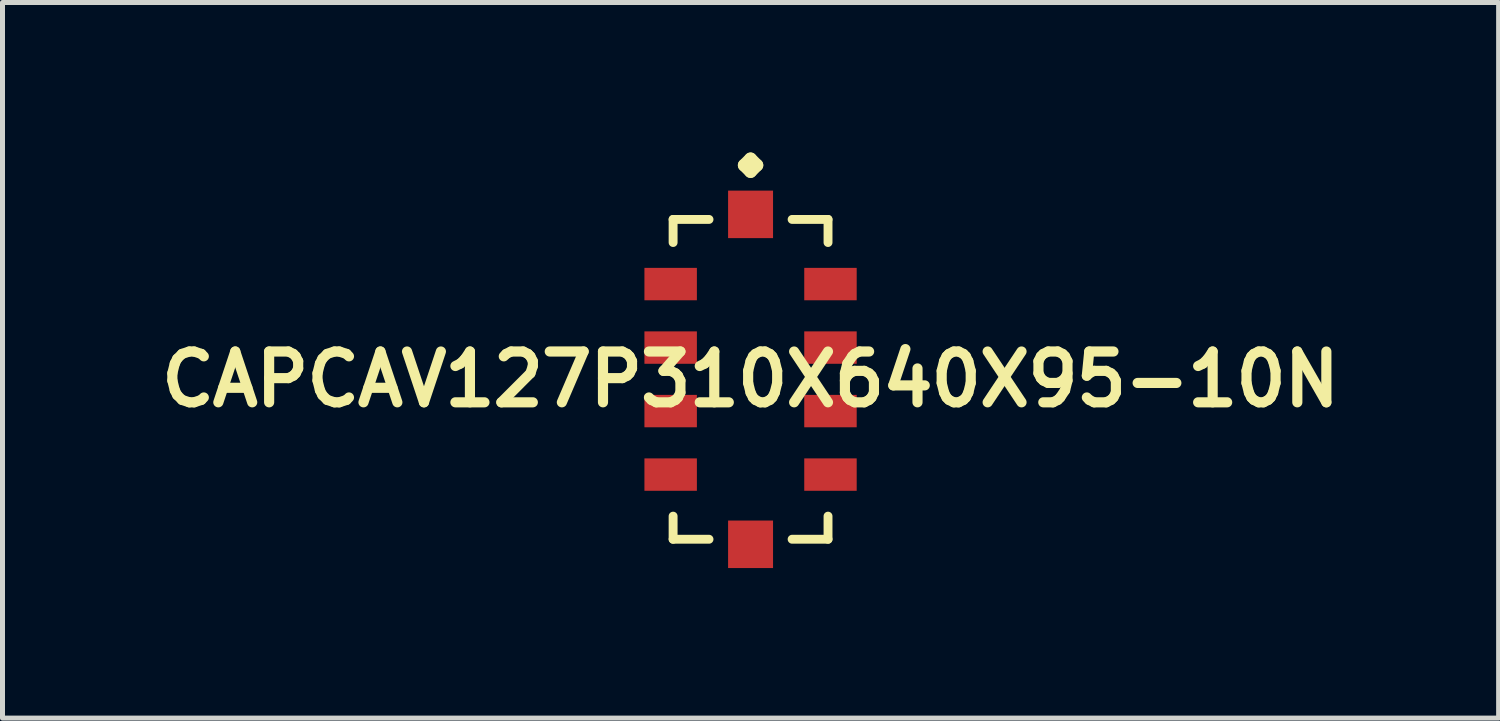
<source format=kicad_pcb>
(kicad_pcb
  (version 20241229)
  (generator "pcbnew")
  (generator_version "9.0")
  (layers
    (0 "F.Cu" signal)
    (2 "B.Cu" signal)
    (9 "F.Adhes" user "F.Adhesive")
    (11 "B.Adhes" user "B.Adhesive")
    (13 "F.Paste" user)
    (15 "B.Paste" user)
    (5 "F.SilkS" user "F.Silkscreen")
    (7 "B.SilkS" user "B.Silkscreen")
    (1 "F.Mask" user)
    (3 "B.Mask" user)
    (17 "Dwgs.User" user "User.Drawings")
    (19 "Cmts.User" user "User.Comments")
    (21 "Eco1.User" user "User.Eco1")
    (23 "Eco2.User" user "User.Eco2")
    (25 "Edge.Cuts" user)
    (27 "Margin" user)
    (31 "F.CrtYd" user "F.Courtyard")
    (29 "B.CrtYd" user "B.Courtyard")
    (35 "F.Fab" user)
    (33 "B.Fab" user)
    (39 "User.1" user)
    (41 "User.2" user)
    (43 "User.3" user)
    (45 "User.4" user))
  (footprint "CAPCAV127P310X640X95-10N"
    (layer "F.Cu")
    (at 11.96 4.536)
    (property "Reference" "CAPCAV127P310X640X95-10N" (at 0 0 0) (layer "F.SilkS") (effects (font (size 1.016 1.016) (thickness 0.203))))
    (attr smd)
    (fp_line (start -1.549 -3.198) (end -0.831 -3.198) (stroke (width 0.178) (type solid)) (layer "F.SilkS"))
    (fp_line (start -1.549 -2.736) (end -1.549 -3.198) (stroke (width 0.178) (type solid)) (layer "F.SilkS"))
    (fp_line (start -1.549 2.736) (end -1.549 3.198) (stroke (width 0.178) (type solid)) (layer "F.SilkS"))
    (fp_line (start -1.549 3.198) (end -0.831 3.198) (stroke (width 0.178) (type solid)) (layer "F.SilkS"))
    (fp_line (start -0.127 -4.282) (end 0 -4.409) (stroke (width 0.254) (type solid)) (layer "F.SilkS"))
    (fp_line (start 0 -4.409) (end 0.127 -4.282) (stroke (width 0.254) (type solid)) (layer "F.SilkS"))
    (fp_line (start 0 -4.155) (end -0.127 -4.282) (stroke (width 0.254) (type solid)) (layer "F.SilkS"))
    (fp_line (start 0.127 -4.282) (end 0 -4.155) (stroke (width 0.254) (type solid)) (layer "F.SilkS"))
    (fp_line (start 1.549 -3.198) (end 0.831 -3.198) (stroke (width 0.178) (type solid)) (layer "F.SilkS"))
    (fp_line (start 1.549 -2.736) (end 1.549 -3.198) (stroke (width 0.178) (type solid)) (layer "F.SilkS"))
    (fp_line (start 1.549 2.736) (end 1.549 3.198) (stroke (width 0.178) (type solid)) (layer "F.SilkS"))
    (fp_line (start 1.549 3.198) (end 0.831 3.198) (stroke (width 0.178) (type solid)) (layer "F.SilkS"))
    (pad "1" smd rect (at 0 -3.299) (size 0.899 0.95) (layers "F.Cu" "F.Mask" "F.Paste"))
    (pad "2" smd rect (at -1.598 -1.905) (size 1.049 0.648) (layers "F.Cu" "F.Mask" "F.Paste"))
    (pad "3" smd rect (at -1.598 -0.635) (size 1.049 0.648) (layers "F.Cu" "F.Mask" "F.Paste"))
    (pad "4" smd rect (at -1.598 0.635) (size 1.049 0.648) (layers "F.Cu" "F.Mask" "F.Paste"))
    (pad "5" smd rect (at -1.598 1.905) (size 1.049 0.648) (layers "F.Cu" "F.Mask" "F.Paste"))
    (pad "6" smd rect (at 0 3.299) (size 0.899 0.95) (layers "F.Cu" "F.Mask" "F.Paste"))
    (pad "7" smd rect (at 1.598 1.905) (size 1.049 0.648) (layers "F.Cu" "F.Mask" "F.Paste"))
    (pad "8" smd rect (at 1.598 0.635) (size 1.049 0.648) (layers "F.Cu" "F.Mask" "F.Paste"))
    (pad "9" smd rect (at 1.598 -0.635) (size 1.049 0.648) (layers "F.Cu" "F.Mask" "F.Paste"))
    (pad "10" smd rect (at 1.598 -1.905) (size 1.049 0.648) (layers "F.Cu" "F.Mask" "F.Paste")))
  (gr_rect
    (start -3 -3)
    (end 26.92 11.311)
    (stroke (width 0.1) (type default))
    (fill no)
    (layer "Edge.Cuts")))
</source>
